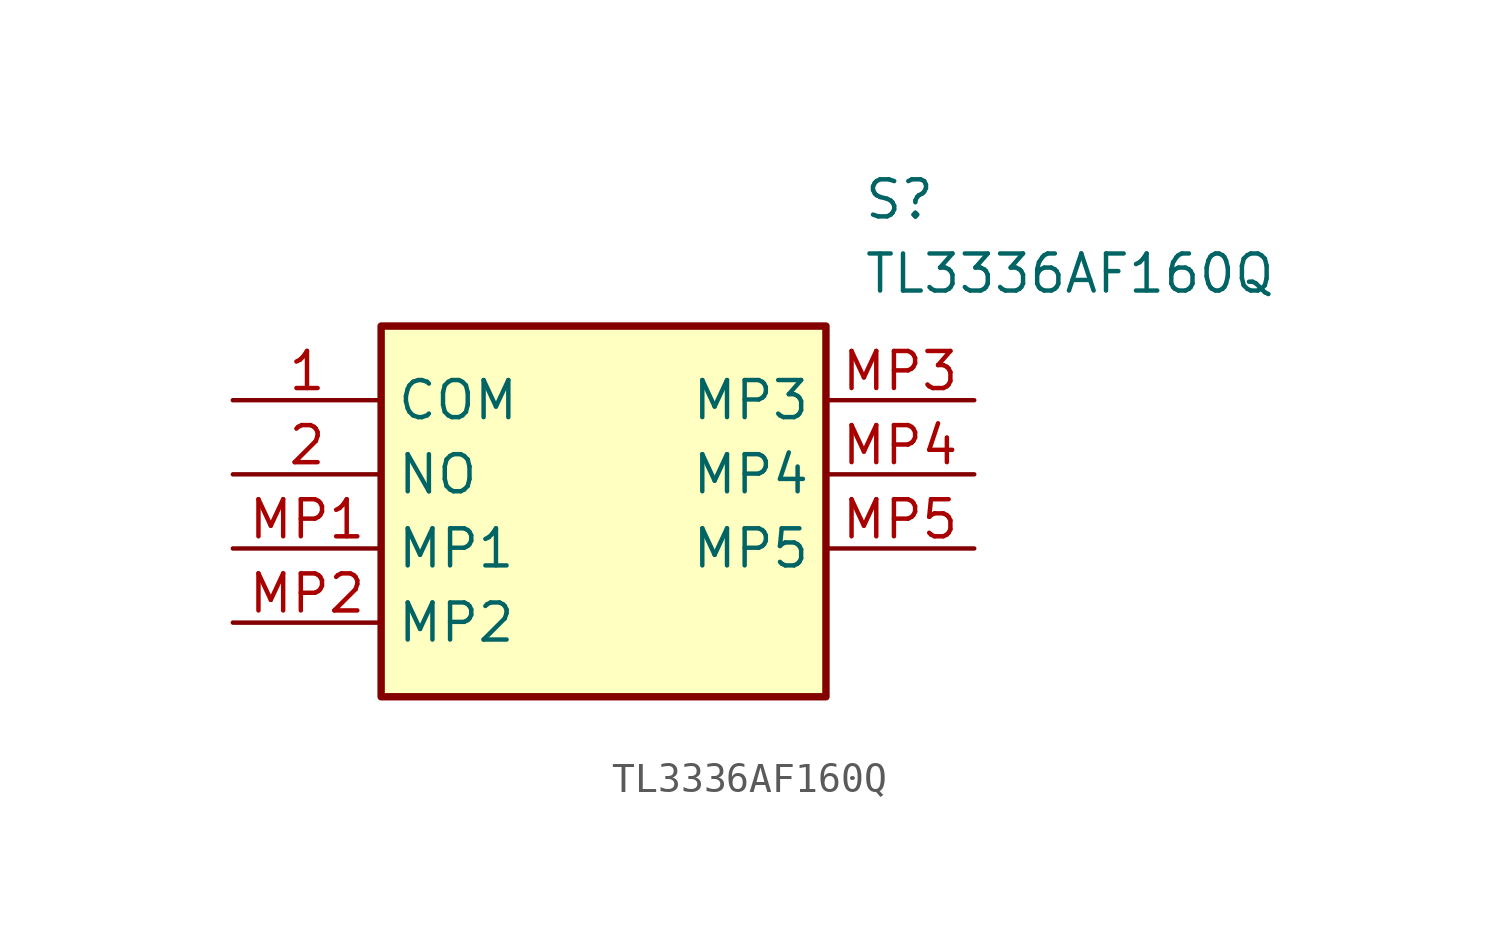
<source format=kicad_sym>
(kicad_symbol_lib
  (version 20211014)
  (generator SamacSys_ECAD_Model)
  (symbol "TL3336AF160Q"
    (property "Reference" "S"
      (at 21.59 7.62 0)
      (effects (font (size 1.27 1.27)) (justify left top)))
    (property "Value" "TL3336AF160Q"
      (at 21.59 5.08 0)
      (effects (font (size 1.27 1.27)) (justify left top)))
    (rectangle
      (start 5.08 2.54)
      (end 20.32 -10.16)
      (stroke (width 0.254) (type default))
      (fill (type background)))
    (pin passive line
      (at 0 0 0)
      (length 5.08)
      (name "COM" (effects (font (size 1.27 1.27))))
      (number "1" (effects (font (size 1.27 1.27)))))
    (pin passive line
      (at 0 -2.54 0)
      (length 5.08)
      (name "NO" (effects (font (size 1.27 1.27))))
      (number "2" (effects (font (size 1.27 1.27)))))
    (pin passive line
      (at 0 -5.08 0)
      (length 5.08)
      (name "MP1" (effects (font (size 1.27 1.27))))
      (number "MP1" (effects (font (size 1.27 1.27)))))
    (pin passive line
      (at 0 -7.62 0)
      (length 5.08)
      (name "MP2" (effects (font (size 1.27 1.27))))
      (number "MP2" (effects (font (size 1.27 1.27)))))
    (pin passive line
      (at 25.4 0 180)
      (length 5.08)
      (name "MP3" (effects (font (size 1.27 1.27))))
      (number "MP3" (effects (font (size 1.27 1.27)))))
    (pin passive line
      (at 25.4 -2.54 180)
      (length 5.08)
      (name "MP4" (effects (font (size 1.27 1.27))))
      (number "MP4" (effects (font (size 1.27 1.27)))))
    (pin passive line
      (at 25.4 -5.08 180)
      (length 5.08)
      (name "MP5" (effects (font (size 1.27 1.27))))
      (number "MP5" (effects (font (size 1.27 1.27)))))))
</source>
